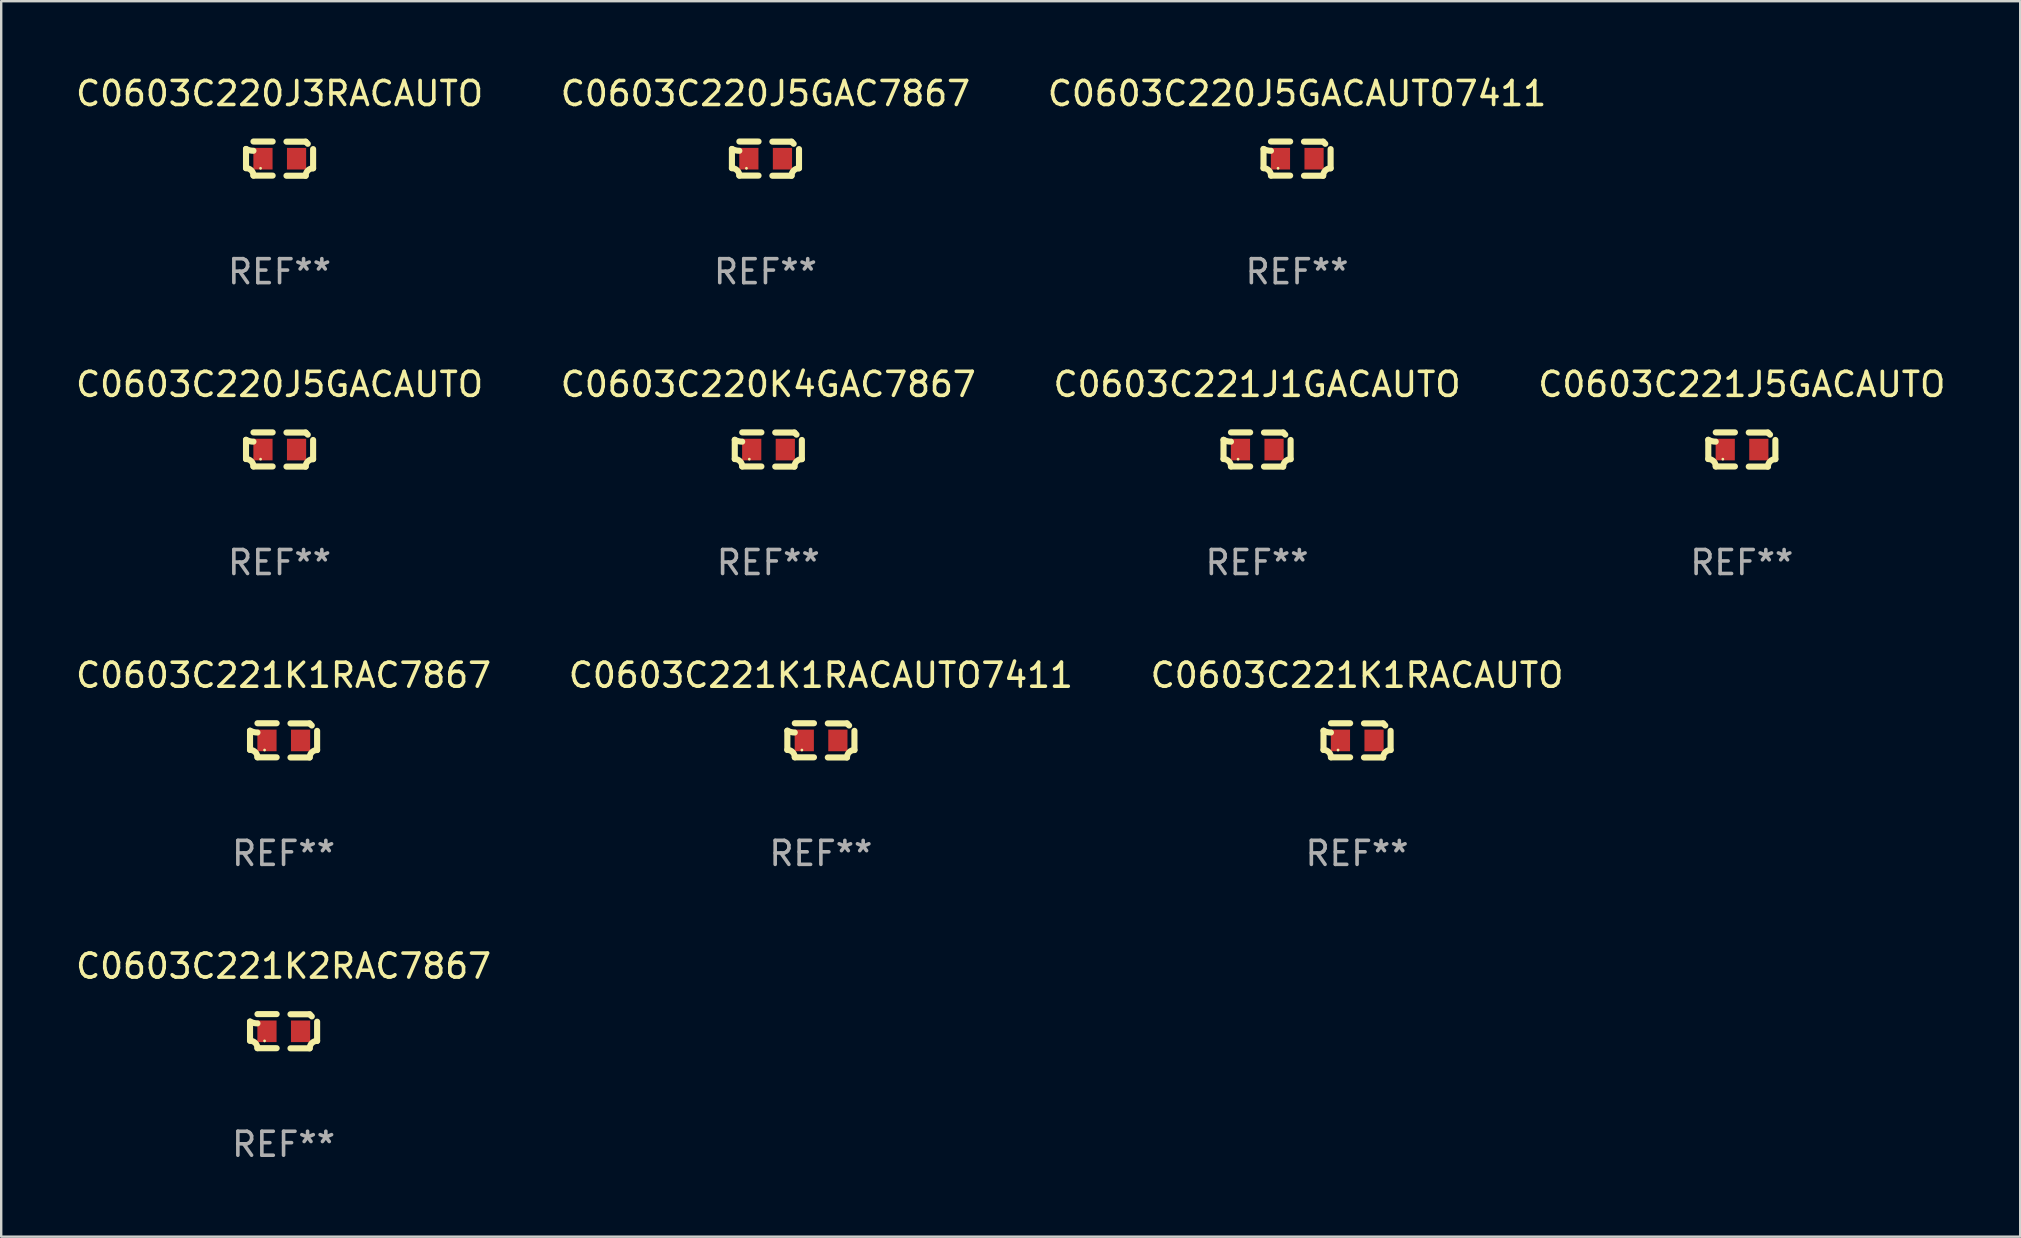
<source format=kicad_pcb>
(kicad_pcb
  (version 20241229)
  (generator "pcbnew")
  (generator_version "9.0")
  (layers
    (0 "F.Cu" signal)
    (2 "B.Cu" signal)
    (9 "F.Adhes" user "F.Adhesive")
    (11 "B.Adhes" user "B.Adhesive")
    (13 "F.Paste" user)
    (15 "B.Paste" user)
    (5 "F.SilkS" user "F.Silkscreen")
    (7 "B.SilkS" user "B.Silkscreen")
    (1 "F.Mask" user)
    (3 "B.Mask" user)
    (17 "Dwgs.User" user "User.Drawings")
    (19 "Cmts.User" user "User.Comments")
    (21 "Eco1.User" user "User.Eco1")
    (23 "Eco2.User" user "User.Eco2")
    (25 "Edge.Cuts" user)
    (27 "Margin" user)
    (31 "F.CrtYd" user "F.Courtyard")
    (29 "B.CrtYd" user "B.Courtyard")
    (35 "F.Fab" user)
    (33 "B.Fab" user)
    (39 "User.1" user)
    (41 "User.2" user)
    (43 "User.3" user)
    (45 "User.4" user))
  (footprint "C0603C220J3RACAUTO"
    (layer "F.Cu")
    (at 8.601 3.561)
    (property "Reference" "C0603C220J3RACAUTO" (at 0 -2.713 0) (layer "F.SilkS") (effects (font (size 1 1) (thickness 0.15))))
    (attr through_hole)
    (fp_line (start -1.398 -0.403) (end -1.398 0.397) (stroke (width 0.254) (type solid)) (layer "F.SilkS"))
    (fp_line (start -0.288 -0.713) (end -1.088 -0.713) (stroke (width 0.254) (type solid)) (layer "F.SilkS"))
    (fp_line (start -0.288 0.707) (end -1.088 0.707) (stroke (width 0.254) (type solid)) (layer "F.SilkS"))
    (fp_line (start 0.288 -0.707) (end 1.088 -0.707) (stroke (width 0.254) (type solid)) (layer "F.SilkS"))
    (fp_line (start 0.288 0.713) (end 1.088 0.713) (stroke (width 0.254) (type solid)) (layer "F.SilkS"))
    (fp_line (start 1.398 -0.397) (end 1.398 0.403) (stroke (width 0.254) (type solid)) (layer "F.SilkS"))
    (fp_arc (start -1.397789 0.397066) (mid -1.178701 0.487826) (end -1.08796 0.706922) (stroke (width 0.254001) (type solid)) (layer "F.SilkS"))
    (fp_arc (start -1.08796 -0.327176) (mid -1.247436 -0.346384) (end -1.39779 -0.402908) (stroke (width 0.254001) (type solid)) (layer "F.SilkS"))
    (fp_arc (start 1.087909 0.712738) (mid 1.178656 0.493655) (end 1.397739 0.402908) (stroke (width 0.254001) (type solid)) (layer "F.SilkS"))
    (fp_arc (start 1.175925 -0.618926) (mid 1.131917 -0.662923) (end 1.08791 -0.706922) (stroke (width 0.254001) (type solid)) (layer "F.SilkS"))
    (fp_circle (center -0.792 0.403) (end -0.762 0.403) (stroke (width 0.06) (type solid)) (fill no) (layer "F.SilkS"))
    (fp_text user "REF**" (at 0 4.713 0) (layer "F.Fab") (effects (font (size 1 1) (thickness 0.15))))
    (pad "1" smd rect (at -0.692 0.003) (size 0.8 0.9) (layers "F.Cu" "F.Mask" "F.Paste"))
    (pad "2" smd rect (at 0.708 0.003) (size 0.8 0.9) (layers "F.Cu" "F.Mask" "F.Paste")))
  (footprint "C0603C221K2RAC7867"
    (layer "F.Cu")
    (at 8.768 39.927)
    (property "Reference" "C0603C221K2RAC7867" (at 0 -2.713 0) (layer "F.SilkS") (effects (font (size 1 1) (thickness 0.15))))
    (attr through_hole)
    (fp_line (start -1.398 -0.403) (end -1.398 0.397) (stroke (width 0.254) (type solid)) (layer "F.SilkS"))
    (fp_line (start -0.288 -0.713) (end -1.088 -0.713) (stroke (width 0.254) (type solid)) (layer "F.SilkS"))
    (fp_line (start -0.288 0.707) (end -1.088 0.707) (stroke (width 0.254) (type solid)) (layer "F.SilkS"))
    (fp_line (start 0.288 -0.707) (end 1.088 -0.707) (stroke (width 0.254) (type solid)) (layer "F.SilkS"))
    (fp_line (start 0.288 0.713) (end 1.088 0.713) (stroke (width 0.254) (type solid)) (layer "F.SilkS"))
    (fp_line (start 1.398 -0.397) (end 1.398 0.403) (stroke (width 0.254) (type solid)) (layer "F.SilkS"))
    (fp_arc (start -1.397789 0.397066) (mid -1.178701 0.487826) (end -1.08796 0.706922) (stroke (width 0.254001) (type solid)) (layer "F.SilkS"))
    (fp_arc (start -1.08796 -0.327176) (mid -1.247436 -0.346384) (end -1.39779 -0.402908) (stroke (width 0.254001) (type solid)) (layer "F.SilkS"))
    (fp_arc (start 1.087909 0.712738) (mid 1.178656 0.493655) (end 1.397739 0.402908) (stroke (width 0.254001) (type solid)) (layer "F.SilkS"))
    (fp_arc (start 1.175925 -0.618926) (mid 1.131917 -0.662923) (end 1.08791 -0.706922) (stroke (width 0.254001) (type solid)) (layer "F.SilkS"))
    (fp_circle (center -0.792 0.403) (end -0.762 0.403) (stroke (width 0.06) (type solid)) (fill no) (layer "F.SilkS"))
    (fp_text user "REF**" (at 0 4.713 0) (layer "F.Fab") (effects (font (size 1 1) (thickness 0.15))))
    (pad "1" smd rect (at -0.692 0.003) (size 0.8 0.9) (layers "F.Cu" "F.Mask" "F.Paste"))
    (pad "2" smd rect (at 0.708 0.003) (size 0.8 0.9) (layers "F.Cu" "F.Mask" "F.Paste")))
  (footprint "C0603C220J5GACAUTO"
    (layer "F.Cu")
    (at 8.601 15.683)
    (property "Reference" "C0603C220J5GACAUTO" (at 0 -2.713 0) (layer "F.SilkS") (effects (font (size 1 1) (thickness 0.15))))
    (attr through_hole)
    (fp_line (start -1.398 -0.403) (end -1.398 0.397) (stroke (width 0.254) (type solid)) (layer "F.SilkS"))
    (fp_line (start -0.288 -0.713) (end -1.088 -0.713) (stroke (width 0.254) (type solid)) (layer "F.SilkS"))
    (fp_line (start -0.288 0.707) (end -1.088 0.707) (stroke (width 0.254) (type solid)) (layer "F.SilkS"))
    (fp_line (start 0.288 -0.707) (end 1.088 -0.707) (stroke (width 0.254) (type solid)) (layer "F.SilkS"))
    (fp_line (start 0.288 0.713) (end 1.088 0.713) (stroke (width 0.254) (type solid)) (layer "F.SilkS"))
    (fp_line (start 1.398 -0.397) (end 1.398 0.403) (stroke (width 0.254) (type solid)) (layer "F.SilkS"))
    (fp_arc (start -1.397789 0.397066) (mid -1.178701 0.487826) (end -1.08796 0.706922) (stroke (width 0.254001) (type solid)) (layer "F.SilkS"))
    (fp_arc (start -1.08796 -0.327176) (mid -1.247436 -0.346384) (end -1.39779 -0.402908) (stroke (width 0.254001) (type solid)) (layer "F.SilkS"))
    (fp_arc (start 1.087909 0.712738) (mid 1.178656 0.493655) (end 1.397739 0.402908) (stroke (width 0.254001) (type solid)) (layer "F.SilkS"))
    (fp_arc (start 1.175925 -0.618926) (mid 1.131917 -0.662923) (end 1.08791 -0.706922) (stroke (width 0.254001) (type solid)) (layer "F.SilkS"))
    (fp_circle (center -0.792 0.403) (end -0.762 0.403) (stroke (width 0.06) (type solid)) (fill no) (layer "F.SilkS"))
    (fp_text user "REF**" (at 0 4.713 0) (layer "F.Fab") (effects (font (size 1 1) (thickness 0.15))))
    (pad "1" smd rect (at -0.692 0.003) (size 0.8 0.9) (layers "F.Cu" "F.Mask" "F.Paste"))
    (pad "2" smd rect (at 0.708 0.003) (size 0.8 0.9) (layers "F.Cu" "F.Mask" "F.Paste")))
  (footprint "C0603C221J5GACAUTO"
    (layer "F.Cu")
    (at 69.542 15.683)
    (property "Reference" "C0603C221J5GACAUTO" (at 0 -2.713 0) (layer "F.SilkS") (effects (font (size 1 1) (thickness 0.15))))
    (attr through_hole)
    (fp_line (start -1.398 -0.403) (end -1.398 0.397) (stroke (width 0.254) (type solid)) (layer "F.SilkS"))
    (fp_line (start -0.288 -0.713) (end -1.088 -0.713) (stroke (width 0.254) (type solid)) (layer "F.SilkS"))
    (fp_line (start -0.288 0.707) (end -1.088 0.707) (stroke (width 0.254) (type solid)) (layer "F.SilkS"))
    (fp_line (start 0.288 -0.707) (end 1.088 -0.707) (stroke (width 0.254) (type solid)) (layer "F.SilkS"))
    (fp_line (start 0.288 0.713) (end 1.088 0.713) (stroke (width 0.254) (type solid)) (layer "F.SilkS"))
    (fp_line (start 1.398 -0.397) (end 1.398 0.403) (stroke (width 0.254) (type solid)) (layer "F.SilkS"))
    (fp_arc (start -1.397789 0.397066) (mid -1.178701 0.487826) (end -1.08796 0.706922) (stroke (width 0.254001) (type solid)) (layer "F.SilkS"))
    (fp_arc (start -1.08796 -0.327176) (mid -1.247436 -0.346384) (end -1.39779 -0.402908) (stroke (width 0.254001) (type solid)) (layer "F.SilkS"))
    (fp_arc (start 1.087909 0.712738) (mid 1.178656 0.493655) (end 1.397739 0.402908) (stroke (width 0.254001) (type solid)) (layer "F.SilkS"))
    (fp_arc (start 1.175925 -0.618926) (mid 1.131917 -0.662923) (end 1.08791 -0.706922) (stroke (width 0.254001) (type solid)) (layer "F.SilkS"))
    (fp_circle (center -0.792 0.403) (end -0.762 0.403) (stroke (width 0.06) (type solid)) (fill no) (layer "F.SilkS"))
    (fp_text user "REF**" (at 0 4.713 0) (layer "F.Fab") (effects (font (size 1 1) (thickness 0.15))))
    (pad "1" smd rect (at -0.692 0.003) (size 0.8 0.9) (layers "F.Cu" "F.Mask" "F.Paste"))
    (pad "2" smd rect (at 0.708 0.003) (size 0.8 0.9) (layers "F.Cu" "F.Mask" "F.Paste")))
  (footprint "C0603C221J1GACAUTO"
    (layer "F.Cu")
    (at 49.339 15.683)
    (property "Reference" "C0603C221J1GACAUTO" (at 0 -2.713 0) (layer "F.SilkS") (effects (font (size 1 1) (thickness 0.15))))
    (attr through_hole)
    (fp_line (start -1.398 -0.403) (end -1.398 0.397) (stroke (width 0.254) (type solid)) (layer "F.SilkS"))
    (fp_line (start -0.288 -0.713) (end -1.088 -0.713) (stroke (width 0.254) (type solid)) (layer "F.SilkS"))
    (fp_line (start -0.288 0.707) (end -1.088 0.707) (stroke (width 0.254) (type solid)) (layer "F.SilkS"))
    (fp_line (start 0.288 -0.707) (end 1.088 -0.707) (stroke (width 0.254) (type solid)) (layer "F.SilkS"))
    (fp_line (start 0.288 0.713) (end 1.088 0.713) (stroke (width 0.254) (type solid)) (layer "F.SilkS"))
    (fp_line (start 1.398 -0.397) (end 1.398 0.403) (stroke (width 0.254) (type solid)) (layer "F.SilkS"))
    (fp_arc (start -1.397789 0.397066) (mid -1.178701 0.487826) (end -1.08796 0.706922) (stroke (width 0.254001) (type solid)) (layer "F.SilkS"))
    (fp_arc (start -1.08796 -0.327176) (mid -1.247436 -0.346384) (end -1.39779 -0.402908) (stroke (width 0.254001) (type solid)) (layer "F.SilkS"))
    (fp_arc (start 1.087909 0.712738) (mid 1.178656 0.493655) (end 1.397739 0.402908) (stroke (width 0.254001) (type solid)) (layer "F.SilkS"))
    (fp_arc (start 1.175925 -0.618926) (mid 1.131917 -0.662923) (end 1.08791 -0.706922) (stroke (width 0.254001) (type solid)) (layer "F.SilkS"))
    (fp_circle (center -0.792 0.403) (end -0.762 0.403) (stroke (width 0.06) (type solid)) (fill no) (layer "F.SilkS"))
    (fp_text user "REF**" (at 0 4.713 0) (layer "F.Fab") (effects (font (size 1 1) (thickness 0.15))))
    (pad "1" smd rect (at -0.692 0.003) (size 0.8 0.9) (layers "F.Cu" "F.Mask" "F.Paste"))
    (pad "2" smd rect (at 0.708 0.003) (size 0.8 0.9) (layers "F.Cu" "F.Mask" "F.Paste")))
  (footprint "C0603C221K1RAC7867"
    (layer "F.Cu")
    (at 8.768 27.805)
    (property "Reference" "C0603C221K1RAC7867" (at 0 -2.713 0) (layer "F.SilkS") (effects (font (size 1 1) (thickness 0.15))))
    (attr through_hole)
    (fp_line (start -1.398 -0.403) (end -1.398 0.397) (stroke (width 0.254) (type solid)) (layer "F.SilkS"))
    (fp_line (start -0.288 -0.713) (end -1.088 -0.713) (stroke (width 0.254) (type solid)) (layer "F.SilkS"))
    (fp_line (start -0.288 0.707) (end -1.088 0.707) (stroke (width 0.254) (type solid)) (layer "F.SilkS"))
    (fp_line (start 0.288 -0.707) (end 1.088 -0.707) (stroke (width 0.254) (type solid)) (layer "F.SilkS"))
    (fp_line (start 0.288 0.713) (end 1.088 0.713) (stroke (width 0.254) (type solid)) (layer "F.SilkS"))
    (fp_line (start 1.398 -0.397) (end 1.398 0.403) (stroke (width 0.254) (type solid)) (layer "F.SilkS"))
    (fp_arc (start -1.397789 0.397066) (mid -1.178701 0.487826) (end -1.08796 0.706922) (stroke (width 0.254001) (type solid)) (layer "F.SilkS"))
    (fp_arc (start -1.08796 -0.327176) (mid -1.247436 -0.346384) (end -1.39779 -0.402908) (stroke (width 0.254001) (type solid)) (layer "F.SilkS"))
    (fp_arc (start 1.087909 0.712738) (mid 1.178656 0.493655) (end 1.397739 0.402908) (stroke (width 0.254001) (type solid)) (layer "F.SilkS"))
    (fp_arc (start 1.175925 -0.618926) (mid 1.131917 -0.662923) (end 1.08791 -0.706922) (stroke (width 0.254001) (type solid)) (layer "F.SilkS"))
    (fp_circle (center -0.792 0.403) (end -0.762 0.403) (stroke (width 0.06) (type solid)) (fill no) (layer "F.SilkS"))
    (fp_text user "REF**" (at 0 4.713 0) (layer "F.Fab") (effects (font (size 1 1) (thickness 0.15))))
    (pad "1" smd rect (at -0.692 0.003) (size 0.8 0.9) (layers "F.Cu" "F.Mask" "F.Paste"))
    (pad "2" smd rect (at 0.708 0.003) (size 0.8 0.9) (layers "F.Cu" "F.Mask" "F.Paste")))
  (footprint "C0603C220J5GAC7867"
    (layer "F.Cu")
    (at 28.851 3.561)
    (property "Reference" "C0603C220J5GAC7867" (at 0 -2.713 0) (layer "F.SilkS") (effects (font (size 1 1) (thickness 0.15))))
    (attr through_hole)
    (fp_line (start -1.398 -0.403) (end -1.398 0.397) (stroke (width 0.254) (type solid)) (layer "F.SilkS"))
    (fp_line (start -0.288 -0.713) (end -1.088 -0.713) (stroke (width 0.254) (type solid)) (layer "F.SilkS"))
    (fp_line (start -0.288 0.707) (end -1.088 0.707) (stroke (width 0.254) (type solid)) (layer "F.SilkS"))
    (fp_line (start 0.288 -0.707) (end 1.088 -0.707) (stroke (width 0.254) (type solid)) (layer "F.SilkS"))
    (fp_line (start 0.288 0.713) (end 1.088 0.713) (stroke (width 0.254) (type solid)) (layer "F.SilkS"))
    (fp_line (start 1.398 -0.397) (end 1.398 0.403) (stroke (width 0.254) (type solid)) (layer "F.SilkS"))
    (fp_arc (start -1.397789 0.397066) (mid -1.178701 0.487826) (end -1.08796 0.706922) (stroke (width 0.254001) (type solid)) (layer "F.SilkS"))
    (fp_arc (start -1.08796 -0.327176) (mid -1.247436 -0.346384) (end -1.39779 -0.402908) (stroke (width 0.254001) (type solid)) (layer "F.SilkS"))
    (fp_arc (start 1.087909 0.712738) (mid 1.178656 0.493655) (end 1.397739 0.402908) (stroke (width 0.254001) (type solid)) (layer "F.SilkS"))
    (fp_arc (start 1.175925 -0.618926) (mid 1.131917 -0.662923) (end 1.08791 -0.706922) (stroke (width 0.254001) (type solid)) (layer "F.SilkS"))
    (fp_circle (center -0.792 0.403) (end -0.762 0.403) (stroke (width 0.06) (type solid)) (fill no) (layer "F.SilkS"))
    (fp_text user "REF**" (at 0 4.713 0) (layer "F.Fab") (effects (font (size 1 1) (thickness 0.15))))
    (pad "1" smd rect (at -0.692 0.003) (size 0.8 0.9) (layers "F.Cu" "F.Mask" "F.Paste"))
    (pad "2" smd rect (at 0.708 0.003) (size 0.8 0.9) (layers "F.Cu" "F.Mask" "F.Paste")))
  (footprint "C0603C220J5GACAUTO7411"
    (layer "F.Cu")
    (at 51.006 3.561)
    (property "Reference" "C0603C220J5GACAUTO7411" (at 0 -2.713 0) (layer "F.SilkS") (effects (font (size 1 1) (thickness 0.15))))
    (attr through_hole)
    (fp_line (start -1.398 -0.403) (end -1.398 0.397) (stroke (width 0.254) (type solid)) (layer "F.SilkS"))
    (fp_line (start -0.288 -0.713) (end -1.088 -0.713) (stroke (width 0.254) (type solid)) (layer "F.SilkS"))
    (fp_line (start -0.288 0.707) (end -1.088 0.707) (stroke (width 0.254) (type solid)) (layer "F.SilkS"))
    (fp_line (start 0.288 -0.707) (end 1.088 -0.707) (stroke (width 0.254) (type solid)) (layer "F.SilkS"))
    (fp_line (start 0.288 0.713) (end 1.088 0.713) (stroke (width 0.254) (type solid)) (layer "F.SilkS"))
    (fp_line (start 1.398 -0.397) (end 1.398 0.403) (stroke (width 0.254) (type solid)) (layer "F.SilkS"))
    (fp_arc (start -1.397789 0.397066) (mid -1.178701 0.487826) (end -1.08796 0.706922) (stroke (width 0.254001) (type solid)) (layer "F.SilkS"))
    (fp_arc (start -1.08796 -0.327176) (mid -1.247436 -0.346384) (end -1.39779 -0.402908) (stroke (width 0.254001) (type solid)) (layer "F.SilkS"))
    (fp_arc (start 1.087909 0.712738) (mid 1.178656 0.493655) (end 1.397739 0.402908) (stroke (width 0.254001) (type solid)) (layer "F.SilkS"))
    (fp_arc (start 1.175925 -0.618926) (mid 1.131917 -0.662923) (end 1.08791 -0.706922) (stroke (width 0.254001) (type solid)) (layer "F.SilkS"))
    (fp_circle (center -0.792 0.403) (end -0.762 0.403) (stroke (width 0.06) (type solid)) (fill no) (layer "F.SilkS"))
    (fp_text user "REF**" (at 0 4.713 0) (layer "F.Fab") (effects (font (size 1 1) (thickness 0.15))))
    (pad "1" smd rect (at -0.692 0.003) (size 0.8 0.9) (layers "F.Cu" "F.Mask" "F.Paste"))
    (pad "2" smd rect (at 0.708 0.003) (size 0.8 0.9) (layers "F.Cu" "F.Mask" "F.Paste")))
  (footprint "C0603C221K1RACAUTO7411"
    (layer "F.Cu")
    (at 31.161 27.805)
    (property "Reference" "C0603C221K1RACAUTO7411" (at 0 -2.713 0) (layer "F.SilkS") (effects (font (size 1 1) (thickness 0.15))))
    (attr through_hole)
    (fp_line (start -1.398 -0.403) (end -1.398 0.397) (stroke (width 0.254) (type solid)) (layer "F.SilkS"))
    (fp_line (start -0.288 -0.713) (end -1.088 -0.713) (stroke (width 0.254) (type solid)) (layer "F.SilkS"))
    (fp_line (start -0.288 0.707) (end -1.088 0.707) (stroke (width 0.254) (type solid)) (layer "F.SilkS"))
    (fp_line (start 0.288 -0.707) (end 1.088 -0.707) (stroke (width 0.254) (type solid)) (layer "F.SilkS"))
    (fp_line (start 0.288 0.713) (end 1.088 0.713) (stroke (width 0.254) (type solid)) (layer "F.SilkS"))
    (fp_line (start 1.398 -0.397) (end 1.398 0.403) (stroke (width 0.254) (type solid)) (layer "F.SilkS"))
    (fp_arc (start -1.397789 0.397066) (mid -1.178701 0.487826) (end -1.08796 0.706922) (stroke (width 0.254001) (type solid)) (layer "F.SilkS"))
    (fp_arc (start -1.08796 -0.327176) (mid -1.247436 -0.346384) (end -1.39779 -0.402908) (stroke (width 0.254001) (type solid)) (layer "F.SilkS"))
    (fp_arc (start 1.087909 0.712738) (mid 1.178656 0.493655) (end 1.397739 0.402908) (stroke (width 0.254001) (type solid)) (layer "F.SilkS"))
    (fp_arc (start 1.175925 -0.618926) (mid 1.131917 -0.662923) (end 1.08791 -0.706922) (stroke (width 0.254001) (type solid)) (layer "F.SilkS"))
    (fp_circle (center -0.792 0.403) (end -0.762 0.403) (stroke (width 0.06) (type solid)) (fill no) (layer "F.SilkS"))
    (fp_text user "REF**" (at 0 4.713 0) (layer "F.Fab") (effects (font (size 1 1) (thickness 0.15))))
    (pad "1" smd rect (at -0.692 0.003) (size 0.8 0.9) (layers "F.Cu" "F.Mask" "F.Paste"))
    (pad "2" smd rect (at 0.708 0.003) (size 0.8 0.9) (layers "F.Cu" "F.Mask" "F.Paste")))
  (footprint "C0603C220K4GAC7867"
    (layer "F.Cu")
    (at 28.97 15.683)
    (property "Reference" "C0603C220K4GAC7867" (at 0 -2.713 0) (layer "F.SilkS") (effects (font (size 1 1) (thickness 0.15))))
    (attr through_hole)
    (fp_line (start -1.398 -0.403) (end -1.398 0.397) (stroke (width 0.254) (type solid)) (layer "F.SilkS"))
    (fp_line (start -0.288 -0.713) (end -1.088 -0.713) (stroke (width 0.254) (type solid)) (layer "F.SilkS"))
    (fp_line (start -0.288 0.707) (end -1.088 0.707) (stroke (width 0.254) (type solid)) (layer "F.SilkS"))
    (fp_line (start 0.288 -0.707) (end 1.088 -0.707) (stroke (width 0.254) (type solid)) (layer "F.SilkS"))
    (fp_line (start 0.288 0.713) (end 1.088 0.713) (stroke (width 0.254) (type solid)) (layer "F.SilkS"))
    (fp_line (start 1.398 -0.397) (end 1.398 0.403) (stroke (width 0.254) (type solid)) (layer "F.SilkS"))
    (fp_arc (start -1.397789 0.397066) (mid -1.178701 0.487826) (end -1.08796 0.706922) (stroke (width 0.254001) (type solid)) (layer "F.SilkS"))
    (fp_arc (start -1.08796 -0.327176) (mid -1.247436 -0.346384) (end -1.39779 -0.402908) (stroke (width 0.254001) (type solid)) (layer "F.SilkS"))
    (fp_arc (start 1.087909 0.712738) (mid 1.178656 0.493655) (end 1.397739 0.402908) (stroke (width 0.254001) (type solid)) (layer "F.SilkS"))
    (fp_arc (start 1.175925 -0.618926) (mid 1.131917 -0.662923) (end 1.08791 -0.706922) (stroke (width 0.254001) (type solid)) (layer "F.SilkS"))
    (fp_circle (center -0.792 0.403) (end -0.762 0.403) (stroke (width 0.06) (type solid)) (fill no) (layer "F.SilkS"))
    (fp_text user "REF**" (at 0 4.713 0) (layer "F.Fab") (effects (font (size 1 1) (thickness 0.15))))
    (pad "1" smd rect (at -0.692 0.003) (size 0.8 0.9) (layers "F.Cu" "F.Mask" "F.Paste"))
    (pad "2" smd rect (at 0.708 0.003) (size 0.8 0.9) (layers "F.Cu" "F.Mask" "F.Paste")))
  (footprint "C0603C221K1RACAUTO"
    (layer "F.Cu")
    (at 53.506 27.805)
    (property "Reference" "C0603C221K1RACAUTO" (at 0 -2.713 0) (layer "F.SilkS") (effects (font (size 1 1) (thickness 0.15))))
    (attr through_hole)
    (fp_line (start -1.398 -0.403) (end -1.398 0.397) (stroke (width 0.254) (type solid)) (layer "F.SilkS"))
    (fp_line (start -0.288 -0.713) (end -1.088 -0.713) (stroke (width 0.254) (type solid)) (layer "F.SilkS"))
    (fp_line (start -0.288 0.707) (end -1.088 0.707) (stroke (width 0.254) (type solid)) (layer "F.SilkS"))
    (fp_line (start 0.288 -0.707) (end 1.088 -0.707) (stroke (width 0.254) (type solid)) (layer "F.SilkS"))
    (fp_line (start 0.288 0.713) (end 1.088 0.713) (stroke (width 0.254) (type solid)) (layer "F.SilkS"))
    (fp_line (start 1.398 -0.397) (end 1.398 0.403) (stroke (width 0.254) (type solid)) (layer "F.SilkS"))
    (fp_arc (start -1.397789 0.397066) (mid -1.178701 0.487826) (end -1.08796 0.706922) (stroke (width 0.254001) (type solid)) (layer "F.SilkS"))
    (fp_arc (start -1.08796 -0.327176) (mid -1.247436 -0.346384) (end -1.39779 -0.402908) (stroke (width 0.254001) (type solid)) (layer "F.SilkS"))
    (fp_arc (start 1.087909 0.712738) (mid 1.178656 0.493655) (end 1.397739 0.402908) (stroke (width 0.254001) (type solid)) (layer "F.SilkS"))
    (fp_arc (start 1.175925 -0.618926) (mid 1.131917 -0.662923) (end 1.08791 -0.706922) (stroke (width 0.254001) (type solid)) (layer "F.SilkS"))
    (fp_circle (center -0.792 0.403) (end -0.762 0.403) (stroke (width 0.06) (type solid)) (fill no) (layer "F.SilkS"))
    (fp_text user "REF**" (at 0 4.713 0) (layer "F.Fab") (effects (font (size 1 1) (thickness 0.15))))
    (pad "1" smd rect (at -0.692 0.003) (size 0.8 0.9) (layers "F.Cu" "F.Mask" "F.Paste"))
    (pad "2" smd rect (at 0.708 0.003) (size 0.8 0.9) (layers "F.Cu" "F.Mask" "F.Paste")))
  (gr_rect
    (start -3 -3)
    (end 81.143 48.488)
    (stroke (width 0.1) (type default))
    (fill no)
    (layer "Edge.Cuts")))
</source>
